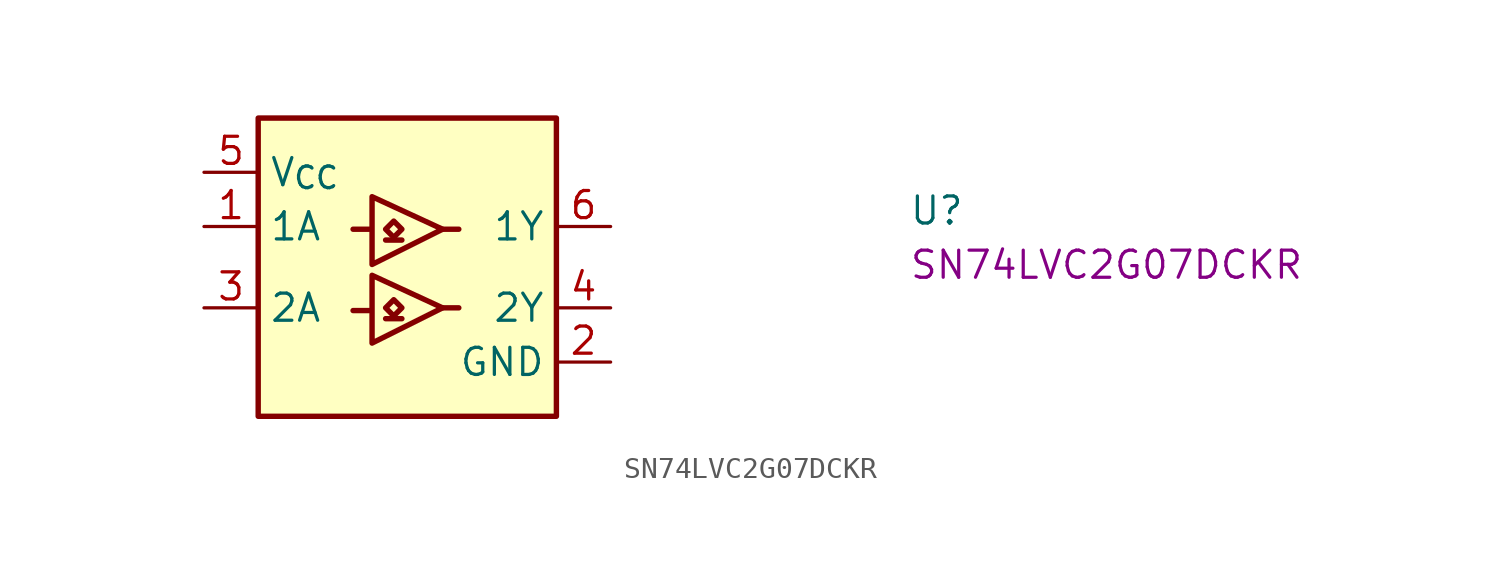
<source format=kicad_sym>
(kicad_symbol_lib
  (version 20220914)
  (generator kicad_symbol_editor)
  (symbol "SN74LVC2G07DCKR"
    (property "Reference" "U"
      (at 33.02 -2.54 0)
      (effects (font (size 1.27 1.27) (thickness 0.15)) (justify left bottom)))
    (property "MPN" "SN74LVC2G07DCKR"
      (at 33.02 -5.08 0)
      (effects (font (size 1.27 1.27) (thickness 0.15)) (justify left bottom)))
    (symbol "SN74LVC2G07DCKR_1_1"
      (polyline (pts (xy 6.985 -6.477) (xy 7.747 -6.477)) (stroke (width 0.254) (type default)) (fill (type background)))
      (polyline (pts (xy 6.985 -2.667) (xy 7.747 -2.667)) (stroke (width 0.254) (type default)) (fill (type background)))
      (polyline (pts (xy 8.509 -6.858) (xy 9.271 -6.858)) (stroke (width 0.254) (type default)) (fill (type background)))
      (polyline (pts (xy 8.509 -3.175) (xy 9.271 -3.175)) (stroke (width 0.254) (type default)) (fill (type background)))
      (polyline (pts (xy 11.176 -6.35) (xy 11.938 -6.35)) (stroke (width 0.254) (type default)) (fill (type background)))
      (polyline (pts (xy 11.176 -2.667) (xy 11.938 -2.667)) (stroke (width 0.254) (type default)) (fill (type background)))
      (polyline (pts (xy 7.874 -4.826) (xy 7.874 -8.001) (xy 11.176 -6.35) (xy 7.874 -4.826)) (stroke (width 0.254) (type default)) (fill (type background)))
      (polyline (pts (xy 7.874 -1.143) (xy 7.874 -4.318) (xy 11.176 -2.667) (xy 7.874 -1.143)) (stroke (width 0.254) (type default)) (fill (type background)))
      (polyline (pts (xy 8.89 -5.969) (xy 8.509 -6.35) (xy 8.89 -6.731) (xy 9.271 -6.35) (xy 8.89 -5.969)) (stroke (width 0.254) (type default)) (fill (type background)))
      (polyline (pts (xy 8.89 -2.286) (xy 8.509 -2.667) (xy 8.89 -3.048) (xy 9.271 -2.667) (xy 8.89 -2.286)) (stroke (width 0.254) (type default)) (fill (type background)))
      (rectangle (start 2.54 2.54) (end 16.51 -11.43) (stroke (width 0.254) (type default)) (fill (type background)))
      (pin input line (at 0 -2.54 0) (length 2.54) (name "1A" (effects (font (size 1.27 1.27)))) (number "1" (effects (font (size 1.27 1.27)))))
      (pin power_in line (at 19.05 -8.89 180) (length 2.54) (name "GND" (effects (font (size 1.27 1.27)))) (number "2" (effects (font (size 1.27 1.27)))))
      (pin input line (at 0 -6.35 0) (length 2.54) (name "2A" (effects (font (size 1.27 1.27)))) (number "3" (effects (font (size 1.27 1.27)))))
      (pin output line (at 19.05 -6.35 180) (length 2.54) (name "2Y" (effects (font (size 1.27 1.27)))) (number "4" (effects (font (size 1.27 1.27)))))
      (pin power_in line (at 0 0 0) (length 2.54) (name "V_{CC}" (effects (font (size 1.27 1.27)))) (number "5" (effects (font (size 1.27 1.27)))))
      (pin output line (at 19.05 -2.54 180) (length 2.54) (name "1Y" (effects (font (size 1.27 1.27)))) (number "6" (effects (font (size 1.27 1.27))))))))
</source>
